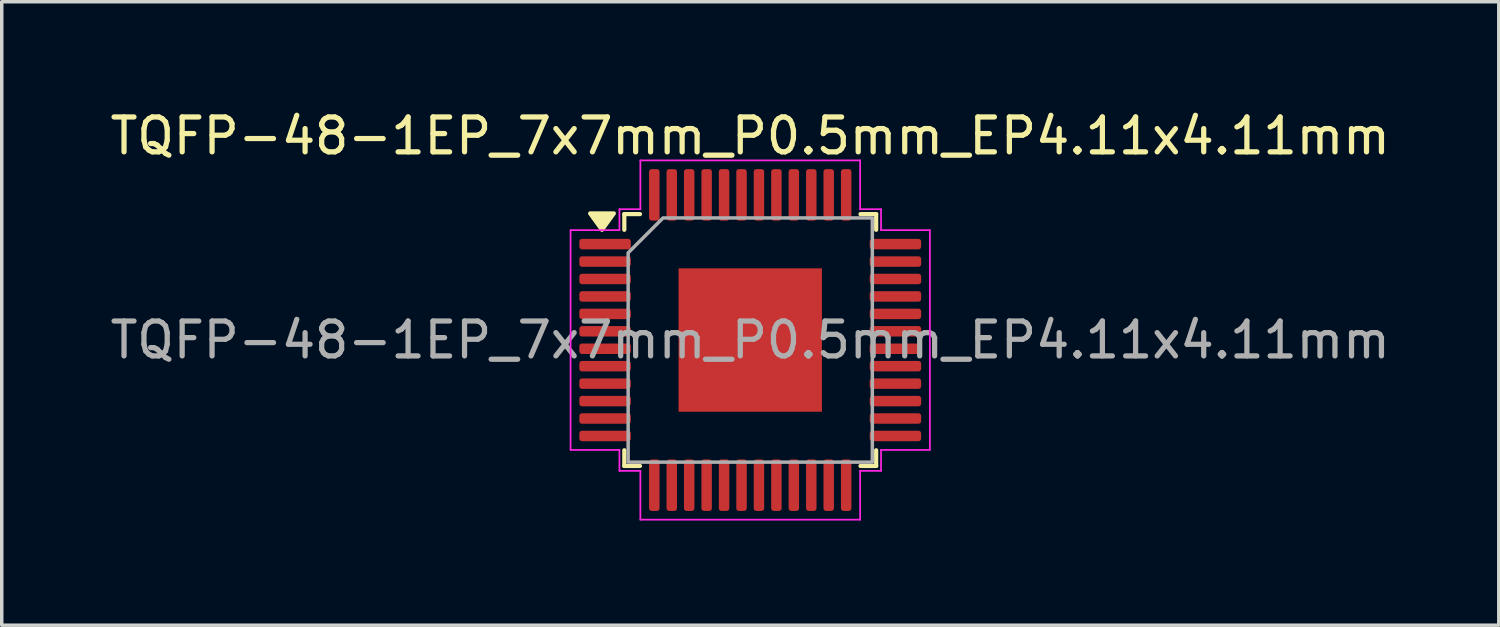
<source format=kicad_pcb>
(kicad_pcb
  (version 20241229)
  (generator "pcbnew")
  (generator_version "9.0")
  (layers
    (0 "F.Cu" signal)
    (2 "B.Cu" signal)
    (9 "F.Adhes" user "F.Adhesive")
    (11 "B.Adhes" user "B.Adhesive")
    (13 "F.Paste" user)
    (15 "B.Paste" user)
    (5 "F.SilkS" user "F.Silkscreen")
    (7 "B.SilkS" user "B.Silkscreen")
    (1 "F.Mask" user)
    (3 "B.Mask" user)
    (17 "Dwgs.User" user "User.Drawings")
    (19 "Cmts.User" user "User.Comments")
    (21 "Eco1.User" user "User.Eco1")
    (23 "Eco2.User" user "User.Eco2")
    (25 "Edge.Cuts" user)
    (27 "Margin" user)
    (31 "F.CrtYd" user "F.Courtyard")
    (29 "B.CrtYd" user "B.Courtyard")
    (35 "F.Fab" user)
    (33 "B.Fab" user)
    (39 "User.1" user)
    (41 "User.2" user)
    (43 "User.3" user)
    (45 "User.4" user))
  (footprint "TQFP-48-1EP_7x7mm_P0.5mm_EP4.11x4.11mm"
    (layer "F.Cu")
    (at 18.458 6.698)
    (property "Reference" "TQFP-48-1EP_7x7mm_P0.5mm_EP4.11x4.11mm" (at 0 -5.85 0) (layer "F.SilkS") (effects (font (size 1 1) (thickness 0.15))))
    (attr smd)
    (fp_line (start -3.61 -3.61) (end -3.16 -3.61) (stroke (width 0.12) (type solid)) (layer "F.SilkS"))
    (fp_line (start -3.61 -3.16) (end -3.61 -3.61) (stroke (width 0.12) (type solid)) (layer "F.SilkS"))
    (fp_line (start -3.61 3.61) (end -3.61 3.16) (stroke (width 0.12) (type solid)) (layer "F.SilkS"))
    (fp_line (start -3.16 3.61) (end -3.61 3.61) (stroke (width 0.12) (type solid)) (layer "F.SilkS"))
    (fp_line (start 3.16 -3.61) (end 3.61 -3.61) (stroke (width 0.12) (type solid)) (layer "F.SilkS"))
    (fp_line (start 3.61 -3.61) (end 3.61 -3.16) (stroke (width 0.12) (type solid)) (layer "F.SilkS"))
    (fp_line (start 3.61 3.16) (end 3.61 3.61) (stroke (width 0.12) (type solid)) (layer "F.SilkS"))
    (fp_line (start 3.61 3.61) (end 3.16 3.61) (stroke (width 0.12) (type solid)) (layer "F.SilkS"))
    (fp_poly (pts (xy -4.25 -3.16) (xy -4.59 -3.63) (xy -3.91 -3.63)) (stroke (width 0.12) (type solid)) (fill yes) (layer "F.SilkS"))
    (fp_line (start -5.15 -3.15) (end -3.75 -3.15) (stroke (width 0.05) (type solid)) (layer "F.CrtYd"))
    (fp_line (start -5.15 3.15) (end -5.15 -3.15) (stroke (width 0.05) (type solid)) (layer "F.CrtYd"))
    (fp_line (start -3.75 -3.75) (end -3.15 -3.75) (stroke (width 0.05) (type solid)) (layer "F.CrtYd"))
    (fp_line (start -3.75 -3.15) (end -3.75 -3.75) (stroke (width 0.05) (type solid)) (layer "F.CrtYd"))
    (fp_line (start -3.75 3.15) (end -5.15 3.15) (stroke (width 0.05) (type solid)) (layer "F.CrtYd"))
    (fp_line (start -3.75 3.75) (end -3.75 3.15) (stroke (width 0.05) (type solid)) (layer "F.CrtYd"))
    (fp_line (start -3.15 -5.15) (end 3.15 -5.15) (stroke (width 0.05) (type solid)) (layer "F.CrtYd"))
    (fp_line (start -3.15 -3.75) (end -3.15 -5.15) (stroke (width 0.05) (type solid)) (layer "F.CrtYd"))
    (fp_line (start -3.15 3.75) (end -3.75 3.75) (stroke (width 0.05) (type solid)) (layer "F.CrtYd"))
    (fp_line (start -3.15 5.15) (end -3.15 3.75) (stroke (width 0.05) (type solid)) (layer "F.CrtYd"))
    (fp_line (start 3.15 -5.15) (end 3.15 -3.75) (stroke (width 0.05) (type solid)) (layer "F.CrtYd"))
    (fp_line (start 3.15 -3.75) (end 3.75 -3.75) (stroke (width 0.05) (type solid)) (layer "F.CrtYd"))
    (fp_line (start 3.15 3.75) (end 3.15 5.15) (stroke (width 0.05) (type solid)) (layer "F.CrtYd"))
    (fp_line (start 3.15 5.15) (end -3.15 5.15) (stroke (width 0.05) (type solid)) (layer "F.CrtYd"))
    (fp_line (start 3.75 -3.75) (end 3.75 -3.15) (stroke (width 0.05) (type solid)) (layer "F.CrtYd"))
    (fp_line (start 3.75 -3.15) (end 5.15 -3.15) (stroke (width 0.05) (type solid)) (layer "F.CrtYd"))
    (fp_line (start 3.75 3.15) (end 3.75 3.75) (stroke (width 0.05) (type solid)) (layer "F.CrtYd"))
    (fp_line (start 3.75 3.75) (end 3.15 3.75) (stroke (width 0.05) (type solid)) (layer "F.CrtYd"))
    (fp_line (start 5.15 -3.15) (end 5.15 3.15) (stroke (width 0.05) (type solid)) (layer "F.CrtYd"))
    (fp_line (start 5.15 3.15) (end 3.75 3.15) (stroke (width 0.05) (type solid)) (layer "F.CrtYd"))
    (fp_poly (pts (xy -3.5 -2.5) (xy -3.5 3.5) (xy 3.5 3.5) (xy 3.5 -3.5) (xy -2.5 -3.5)) (stroke (width 0.1) (type solid)) (fill no) (layer "F.Fab"))
    (fp_text user "${REFERENCE}" (at 0 0 0) (layer "F.Fab") (effects (font (size 1 1) (thickness 0.15))))
    (pad "" smd roundrect (at -1.545 -1.545) (size 0.83 0.83) (layers "F.Paste") (roundrect_rratio 0.25))
    (pad "" smd roundrect (at -1.545 -0.515) (size 0.83 0.83) (layers "F.Paste") (roundrect_rratio 0.25))
    (pad "" smd roundrect (at -1.545 0.515) (size 0.83 0.83) (layers "F.Paste") (roundrect_rratio 0.25))
    (pad "" smd roundrect (at -1.545 1.545) (size 0.83 0.83) (layers "F.Paste") (roundrect_rratio 0.25))
    (pad "" smd roundrect (at -0.515 -1.545) (size 0.83 0.83) (layers "F.Paste") (roundrect_rratio 0.25))
    (pad "" smd roundrect (at -0.515 -0.515) (size 0.83 0.83) (layers "F.Paste") (roundrect_rratio 0.25))
    (pad "" smd roundrect (at -0.515 0.515) (size 0.83 0.83) (layers "F.Paste") (roundrect_rratio 0.25))
    (pad "" smd roundrect (at -0.515 1.545) (size 0.83 0.83) (layers "F.Paste") (roundrect_rratio 0.25))
    (pad "" smd roundrect (at 0.515 -1.545) (size 0.83 0.83) (layers "F.Paste") (roundrect_rratio 0.25))
    (pad "" smd roundrect (at 0.515 -0.515) (size 0.83 0.83) (layers "F.Paste") (roundrect_rratio 0.25))
    (pad "" smd roundrect (at 0.515 0.515) (size 0.83 0.83) (layers "F.Paste") (roundrect_rratio 0.25))
    (pad "" smd roundrect (at 0.515 1.545) (size 0.83 0.83) (layers "F.Paste") (roundrect_rratio 0.25))
    (pad "" smd roundrect (at 1.545 -1.545) (size 0.83 0.83) (layers "F.Paste") (roundrect_rratio 0.25))
    (pad "" smd roundrect (at 1.545 -0.515) (size 0.83 0.83) (layers "F.Paste") (roundrect_rratio 0.25))
    (pad "" smd roundrect (at 1.545 0.515) (size 0.83 0.83) (layers "F.Paste") (roundrect_rratio 0.25))
    (pad "" smd roundrect (at 1.545 1.545) (size 0.83 0.83) (layers "F.Paste") (roundrect_rratio 0.25))
    (pad "1" smd roundrect (at -4.162 -2.75) (size 1.475 0.3) (layers "F.Cu" "F.Mask" "F.Paste") (roundrect_rratio 0.25))
    (pad "2" smd roundrect (at -4.162 -2.25) (size 1.475 0.3) (layers "F.Cu" "F.Mask" "F.Paste") (roundrect_rratio 0.25))
    (pad "3" smd roundrect (at -4.162 -1.75) (size 1.475 0.3) (layers "F.Cu" "F.Mask" "F.Paste") (roundrect_rratio 0.25))
    (pad "4" smd roundrect (at -4.162 -1.25) (size 1.475 0.3) (layers "F.Cu" "F.Mask" "F.Paste") (roundrect_rratio 0.25))
    (pad "5" smd roundrect (at -4.162 -0.75) (size 1.475 0.3) (layers "F.Cu" "F.Mask" "F.Paste") (roundrect_rratio 0.25))
    (pad "6" smd roundrect (at -4.162 -0.25) (size 1.475 0.3) (layers "F.Cu" "F.Mask" "F.Paste") (roundrect_rratio 0.25))
    (pad "7" smd roundrect (at -4.162 0.25) (size 1.475 0.3) (layers "F.Cu" "F.Mask" "F.Paste") (roundrect_rratio 0.25))
    (pad "8" smd roundrect (at -4.162 0.75) (size 1.475 0.3) (layers "F.Cu" "F.Mask" "F.Paste") (roundrect_rratio 0.25))
    (pad "9" smd roundrect (at -4.162 1.25) (size 1.475 0.3) (layers "F.Cu" "F.Mask" "F.Paste") (roundrect_rratio 0.25))
    (pad "10" smd roundrect (at -4.162 1.75) (size 1.475 0.3) (layers "F.Cu" "F.Mask" "F.Paste") (roundrect_rratio 0.25))
    (pad "11" smd roundrect (at -4.162 2.25) (size 1.475 0.3) (layers "F.Cu" "F.Mask" "F.Paste") (roundrect_rratio 0.25))
    (pad "12" smd roundrect (at -4.162 2.75) (size 1.475 0.3) (layers "F.Cu" "F.Mask" "F.Paste") (roundrect_rratio 0.25))
    (pad "13" smd roundrect (at -2.75 4.162) (size 0.3 1.475) (layers "F.Cu" "F.Mask" "F.Paste") (roundrect_rratio 0.25))
    (pad "14" smd roundrect (at -2.25 4.162) (size 0.3 1.475) (layers "F.Cu" "F.Mask" "F.Paste") (roundrect_rratio 0.25))
    (pad "15" smd roundrect (at -1.75 4.162) (size 0.3 1.475) (layers "F.Cu" "F.Mask" "F.Paste") (roundrect_rratio 0.25))
    (pad "16" smd roundrect (at -1.25 4.162) (size 0.3 1.475) (layers "F.Cu" "F.Mask" "F.Paste") (roundrect_rratio 0.25))
    (pad "17" smd roundrect (at -0.75 4.162) (size 0.3 1.475) (layers "F.Cu" "F.Mask" "F.Paste") (roundrect_rratio 0.25))
    (pad "18" smd roundrect (at -0.25 4.162) (size 0.3 1.475) (layers "F.Cu" "F.Mask" "F.Paste") (roundrect_rratio 0.25))
    (pad "19" smd roundrect (at 0.25 4.162) (size 0.3 1.475) (layers "F.Cu" "F.Mask" "F.Paste") (roundrect_rratio 0.25))
    (pad "20" smd roundrect (at 0.75 4.162) (size 0.3 1.475) (layers "F.Cu" "F.Mask" "F.Paste") (roundrect_rratio 0.25))
    (pad "21" smd roundrect (at 1.25 4.162) (size 0.3 1.475) (layers "F.Cu" "F.Mask" "F.Paste") (roundrect_rratio 0.25))
    (pad "22" smd roundrect (at 1.75 4.162) (size 0.3 1.475) (layers "F.Cu" "F.Mask" "F.Paste") (roundrect_rratio 0.25))
    (pad "23" smd roundrect (at 2.25 4.162) (size 0.3 1.475) (layers "F.Cu" "F.Mask" "F.Paste") (roundrect_rratio 0.25))
    (pad "24" smd roundrect (at 2.75 4.162) (size 0.3 1.475) (layers "F.Cu" "F.Mask" "F.Paste") (roundrect_rratio 0.25))
    (pad "25" smd roundrect (at 4.162 2.75) (size 1.475 0.3) (layers "F.Cu" "F.Mask" "F.Paste") (roundrect_rratio 0.25))
    (pad "26" smd roundrect (at 4.162 2.25) (size 1.475 0.3) (layers "F.Cu" "F.Mask" "F.Paste") (roundrect_rratio 0.25))
    (pad "27" smd roundrect (at 4.162 1.75) (size 1.475 0.3) (layers "F.Cu" "F.Mask" "F.Paste") (roundrect_rratio 0.25))
    (pad "28" smd roundrect (at 4.162 1.25) (size 1.475 0.3) (layers "F.Cu" "F.Mask" "F.Paste") (roundrect_rratio 0.25))
    (pad "29" smd roundrect (at 4.162 0.75) (size 1.475 0.3) (layers "F.Cu" "F.Mask" "F.Paste") (roundrect_rratio 0.25))
    (pad "30" smd roundrect (at 4.162 0.25) (size 1.475 0.3) (layers "F.Cu" "F.Mask" "F.Paste") (roundrect_rratio 0.25))
    (pad "31" smd roundrect (at 4.162 -0.25) (size 1.475 0.3) (layers "F.Cu" "F.Mask" "F.Paste") (roundrect_rratio 0.25))
    (pad "32" smd roundrect (at 4.162 -0.75) (size 1.475 0.3) (layers "F.Cu" "F.Mask" "F.Paste") (roundrect_rratio 0.25))
    (pad "33" smd roundrect (at 4.162 -1.25) (size 1.475 0.3) (layers "F.Cu" "F.Mask" "F.Paste") (roundrect_rratio 0.25))
    (pad "34" smd roundrect (at 4.162 -1.75) (size 1.475 0.3) (layers "F.Cu" "F.Mask" "F.Paste") (roundrect_rratio 0.25))
    (pad "35" smd roundrect (at 4.162 -2.25) (size 1.475 0.3) (layers "F.Cu" "F.Mask" "F.Paste") (roundrect_rratio 0.25))
    (pad "36" smd roundrect (at 4.162 -2.75) (size 1.475 0.3) (layers "F.Cu" "F.Mask" "F.Paste") (roundrect_rratio 0.25))
    (pad "37" smd roundrect (at 2.75 -4.162) (size 0.3 1.475) (layers "F.Cu" "F.Mask" "F.Paste") (roundrect_rratio 0.25))
    (pad "38" smd roundrect (at 2.25 -4.162) (size 0.3 1.475) (layers "F.Cu" "F.Mask" "F.Paste") (roundrect_rratio 0.25))
    (pad "39" smd roundrect (at 1.75 -4.162) (size 0.3 1.475) (layers "F.Cu" "F.Mask" "F.Paste") (roundrect_rratio 0.25))
    (pad "40" smd roundrect (at 1.25 -4.162) (size 0.3 1.475) (layers "F.Cu" "F.Mask" "F.Paste") (roundrect_rratio 0.25))
    (pad "41" smd roundrect (at 0.75 -4.162) (size 0.3 1.475) (layers "F.Cu" "F.Mask" "F.Paste") (roundrect_rratio 0.25))
    (pad "42" smd roundrect (at 0.25 -4.162) (size 0.3 1.475) (layers "F.Cu" "F.Mask" "F.Paste") (roundrect_rratio 0.25))
    (pad "43" smd roundrect (at -0.25 -4.162) (size 0.3 1.475) (layers "F.Cu" "F.Mask" "F.Paste") (roundrect_rratio 0.25))
    (pad "44" smd roundrect (at -0.75 -4.162) (size 0.3 1.475) (layers "F.Cu" "F.Mask" "F.Paste") (roundrect_rratio 0.25))
    (pad "45" smd roundrect (at -1.25 -4.162) (size 0.3 1.475) (layers "F.Cu" "F.Mask" "F.Paste") (roundrect_rratio 0.25))
    (pad "46" smd roundrect (at -1.75 -4.162) (size 0.3 1.475) (layers "F.Cu" "F.Mask" "F.Paste") (roundrect_rratio 0.25))
    (pad "47" smd roundrect (at -2.25 -4.162) (size 0.3 1.475) (layers "F.Cu" "F.Mask" "F.Paste") (roundrect_rratio 0.25))
    (pad "48" smd roundrect (at -2.75 -4.162) (size 0.3 1.475) (layers "F.Cu" "F.Mask" "F.Paste") (roundrect_rratio 0.25))
    (pad "49" smd rect (at 0 0) (size 4.11 4.11) (property pad_prop_heatsink) (layers "F.Cu" "F.Mask")))
  (gr_rect
    (start -3 -3)
    (end 39.917 14.873)
    (stroke (width 0.1) (type default))
    (fill no)
    (layer "Edge.Cuts")))
</source>
